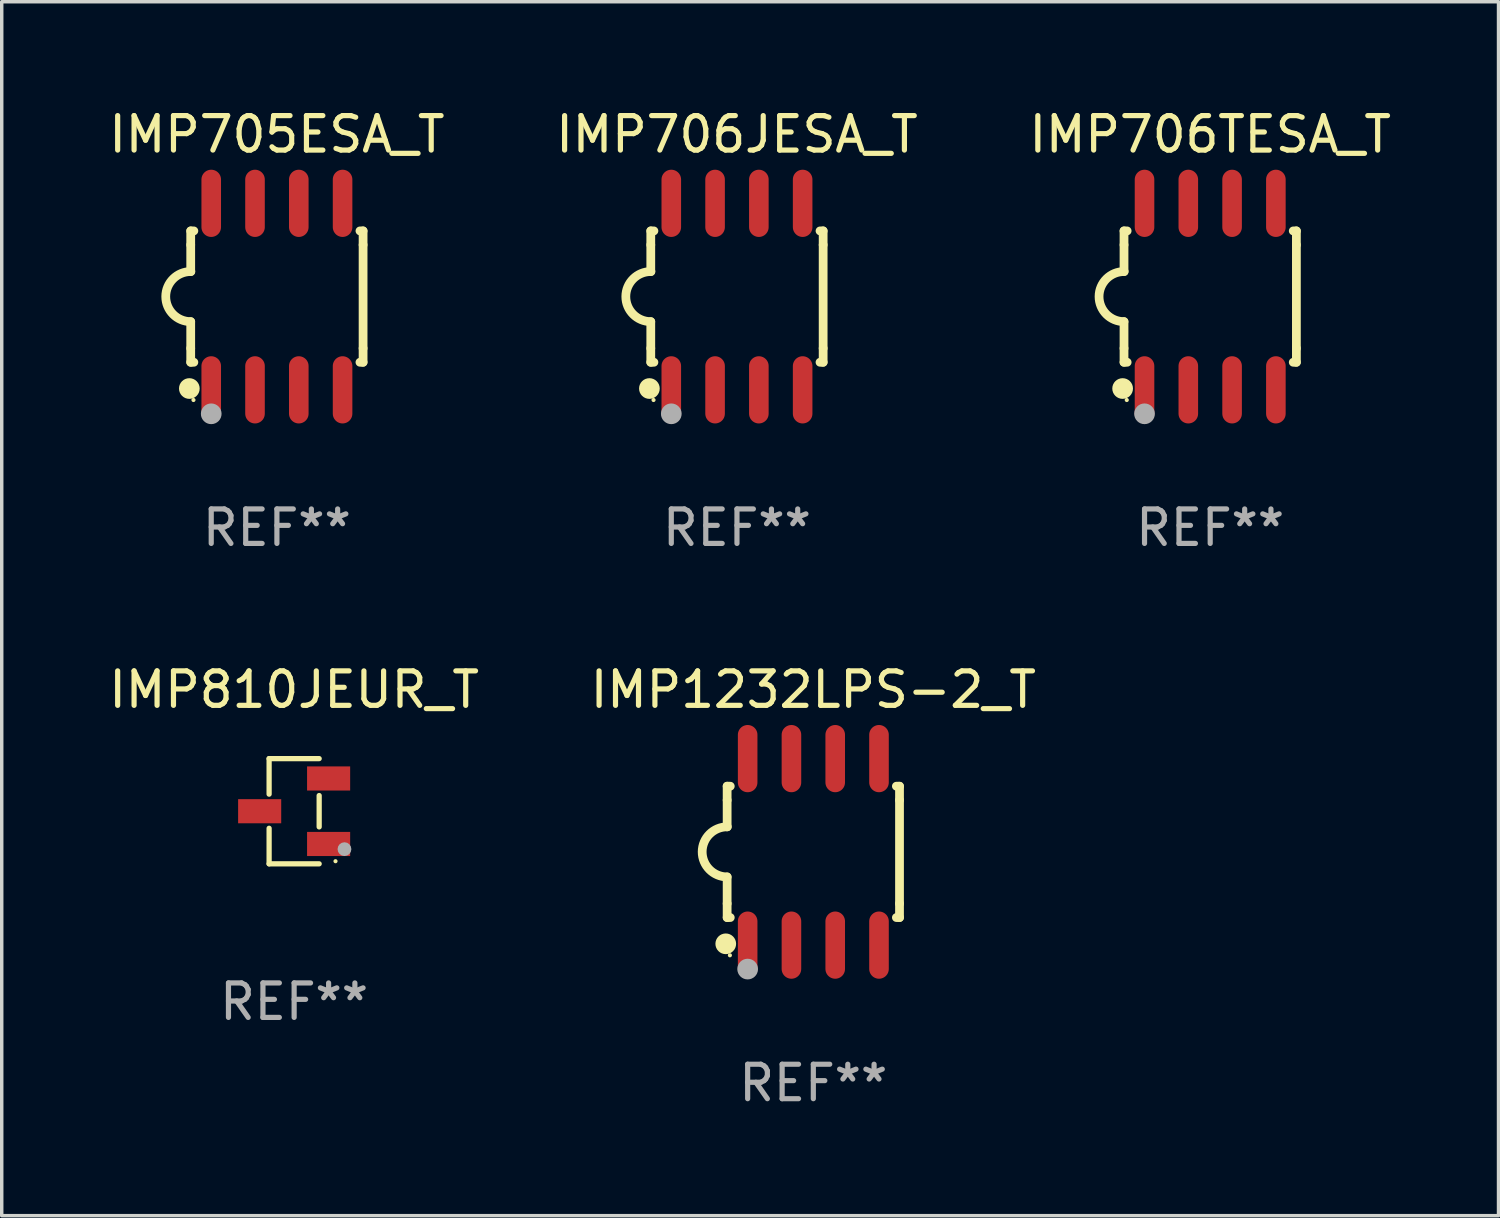
<source format=kicad_pcb>
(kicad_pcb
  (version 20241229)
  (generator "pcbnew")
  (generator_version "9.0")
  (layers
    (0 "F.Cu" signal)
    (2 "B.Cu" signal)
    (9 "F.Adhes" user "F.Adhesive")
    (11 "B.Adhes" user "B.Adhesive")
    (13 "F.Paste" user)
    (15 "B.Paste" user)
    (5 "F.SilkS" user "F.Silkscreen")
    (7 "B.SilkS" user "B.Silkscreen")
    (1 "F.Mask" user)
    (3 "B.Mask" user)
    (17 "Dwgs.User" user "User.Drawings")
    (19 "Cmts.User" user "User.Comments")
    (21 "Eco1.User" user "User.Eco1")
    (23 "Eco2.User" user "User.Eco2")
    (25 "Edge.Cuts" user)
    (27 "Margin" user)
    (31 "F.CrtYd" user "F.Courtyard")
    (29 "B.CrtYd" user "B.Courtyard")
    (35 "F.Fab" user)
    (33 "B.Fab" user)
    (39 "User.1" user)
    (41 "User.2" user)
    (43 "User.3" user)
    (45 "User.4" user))
  (footprint "IMP810JEUR_T"
    (layer "F.Cu")
    (at 5.482 20.481)
    (property "Reference" "IMP810JEUR_T" (at 0 -3.526 0) (layer "F.SilkS") (effects (font (size 1 1) (thickness 0.15))))
    (attr through_hole)
    (fp_line (start -0.726 -1.526) (end -0.726 -0.495) (stroke (width 0.152) (type solid)) (layer "F.SilkS"))
    (fp_line (start -0.726 1.526) (end -0.726 0.495) (stroke (width 0.152) (type solid)) (layer "F.SilkS"))
    (fp_line (start 0.726 -1.526) (end -0.726 -1.526) (stroke (width 0.152) (type solid)) (layer "F.SilkS"))
    (fp_line (start 0.726 -0.455) (end 0.726 0.455) (stroke (width 0.152) (type solid)) (layer "F.SilkS"))
    (fp_line (start 0.726 1.526) (end -0.726 1.526) (stroke (width 0.152) (type solid)) (layer "F.SilkS"))
    (fp_circle (center 1.2 1.45) (end 1.23 1.45) (stroke (width 0.06) (type solid)) (fill no) (layer "F.SilkS"))
    (fp_circle (center 1.46 1.1) (end 1.56 1.1) (stroke (width 0.2) (type solid)) (fill no) (layer "F.Fab"))
    (fp_text user "REF**" (at 0 5.526 0) (layer "F.Fab") (effects (font (size 1 1) (thickness 0.15))))
    (pad "1" smd rect (at 1 0.95) (size 1.25 0.7) (layers "F.Cu" "F.Mask" "F.Paste"))
    (pad "2" smd rect (at 1 -0.95) (size 1.25 0.7) (layers "F.Cu" "F.Mask" "F.Paste"))
    (pad "3" smd rect (at -1 0) (size 1.25 0.7) (layers "F.Cu" "F.Mask" "F.Paste")))
  (footprint "IMP705ESA_T"
    (layer "F.Cu")
    (at 4.982 5.553)
    (property "Reference" "IMP705ESA_T" (at 0 -4.705 0) (layer "F.SilkS") (effects (font (size 1 1) (thickness 0.15))))
    (attr through_hole)
    (fp_line (start -2.5 -1.905) (end -2.409 -1.905) (stroke (width 0.254) (type solid)) (layer "F.SilkS"))
    (fp_line (start -2.5 -1.5) (end -2.5 -1.905) (stroke (width 0.254) (type solid)) (layer "F.SilkS"))
    (fp_line (start -2.5 -1.5) (end -2.5 -0.726) (stroke (width 0.254) (type solid)) (layer "F.SilkS"))
    (fp_line (start -2.5 1.5) (end -2.5 0.727) (stroke (width 0.254) (type solid)) (layer "F.SilkS"))
    (fp_line (start -2.5 1.5) (end -2.5 1.905) (stroke (width 0.254) (type solid)) (layer "F.SilkS"))
    (fp_line (start -2.5 1.905) (end -2.409 1.905) (stroke (width 0.254) (type solid)) (layer "F.SilkS"))
    (fp_line (start 2.5 -1.905) (end 2.409 -1.905) (stroke (width 0.254) (type solid)) (layer "F.SilkS"))
    (fp_line (start 2.5 -1.5) (end 2.5 -1.905) (stroke (width 0.254) (type solid)) (layer "F.SilkS"))
    (fp_line (start 2.5 -1.5) (end 2.5 1.5) (stroke (width 0.254) (type solid)) (layer "F.SilkS"))
    (fp_line (start 2.5 1.5) (end 2.5 1.905) (stroke (width 0.254) (type solid)) (layer "F.SilkS"))
    (fp_line (start 2.5 1.905) (end 2.409 1.905) (stroke (width 0.254) (type solid)) (layer "F.SilkS"))
    (fp_arc (start -2.5 0.726568) (mid -3.220316 -0.0023) (end -2.495097 -0.726289) (stroke (width 0.254001) (type solid)) (layer "F.SilkS"))
    (fp_circle (center -2.54 2.667) (end -2.39 2.667) (stroke (width 0.3) (type solid)) (fill no) (layer "F.SilkS"))
    (fp_circle (center -2.42 3) (end -2.39 3) (stroke (width 0.06) (type solid)) (fill no) (layer "F.SilkS"))
    (fp_circle (center -1.905 3.4) (end -1.755 3.4) (stroke (width 0.3) (type solid)) (fill no) (layer "F.Fab"))
    (fp_text user "REF**" (at 0 6.705 0) (layer "F.Fab") (effects (font (size 1 1) (thickness 0.15))))
    (pad "1" smd oval (at -1.905 2.705) (size 0.568 1.95) (layers "F.Cu" "F.Mask" "F.Paste"))
    (pad "2" smd oval (at -0.635 2.705) (size 0.568 1.95) (layers "F.Cu" "F.Mask" "F.Paste"))
    (pad "3" smd oval (at 0.635 2.705) (size 0.568 1.95) (layers "F.Cu" "F.Mask" "F.Paste"))
    (pad "4" smd oval (at 1.905 2.705) (size 0.568 1.95) (layers "F.Cu" "F.Mask" "F.Paste"))
    (pad "5" smd oval (at 1.905 -2.705) (size 0.568 1.95) (layers "F.Cu" "F.Mask" "F.Paste"))
    (pad "6" smd oval (at 0.635 -2.705) (size 0.568 1.95) (layers "F.Cu" "F.Mask" "F.Paste"))
    (pad "7" smd oval (at -0.635 -2.705) (size 0.568 1.95) (layers "F.Cu" "F.Mask" "F.Paste"))
    (pad "8" smd oval (at -1.905 -2.705) (size 0.568 1.95) (layers "F.Cu" "F.Mask" "F.Paste")))
  (footprint "IMP706TESA_T"
    (layer "F.Cu")
    (at 32.054 5.553)
    (property "Reference" "IMP706TESA_T" (at 0 -4.705 0) (layer "F.SilkS") (effects (font (size 1 1) (thickness 0.15))))
    (attr through_hole)
    (fp_line (start -2.5 -1.905) (end -2.409 -1.905) (stroke (width 0.254) (type solid)) (layer "F.SilkS"))
    (fp_line (start -2.5 -1.5) (end -2.5 -1.905) (stroke (width 0.254) (type solid)) (layer "F.SilkS"))
    (fp_line (start -2.5 -1.5) (end -2.5 -0.726) (stroke (width 0.254) (type solid)) (layer "F.SilkS"))
    (fp_line (start -2.5 1.5) (end -2.5 0.727) (stroke (width 0.254) (type solid)) (layer "F.SilkS"))
    (fp_line (start -2.5 1.5) (end -2.5 1.905) (stroke (width 0.254) (type solid)) (layer "F.SilkS"))
    (fp_line (start -2.5 1.905) (end -2.409 1.905) (stroke (width 0.254) (type solid)) (layer "F.SilkS"))
    (fp_line (start 2.5 -1.905) (end 2.409 -1.905) (stroke (width 0.254) (type solid)) (layer "F.SilkS"))
    (fp_line (start 2.5 -1.5) (end 2.5 -1.905) (stroke (width 0.254) (type solid)) (layer "F.SilkS"))
    (fp_line (start 2.5 -1.5) (end 2.5 1.5) (stroke (width 0.254) (type solid)) (layer "F.SilkS"))
    (fp_line (start 2.5 1.5) (end 2.5 1.905) (stroke (width 0.254) (type solid)) (layer "F.SilkS"))
    (fp_line (start 2.5 1.905) (end 2.409 1.905) (stroke (width 0.254) (type solid)) (layer "F.SilkS"))
    (fp_arc (start -2.5 0.726568) (mid -3.220316 -0.0023) (end -2.495097 -0.726289) (stroke (width 0.254001) (type solid)) (layer "F.SilkS"))
    (fp_circle (center -2.54 2.667) (end -2.39 2.667) (stroke (width 0.3) (type solid)) (fill no) (layer "F.SilkS"))
    (fp_circle (center -2.42 3) (end -2.39 3) (stroke (width 0.06) (type solid)) (fill no) (layer "F.SilkS"))
    (fp_circle (center -1.905 3.4) (end -1.755 3.4) (stroke (width 0.3) (type solid)) (fill no) (layer "F.Fab"))
    (fp_text user "REF**" (at 0 6.705 0) (layer "F.Fab") (effects (font (size 1 1) (thickness 0.15))))
    (pad "1" smd oval (at -1.905 2.705) (size 0.568 1.95) (layers "F.Cu" "F.Mask" "F.Paste"))
    (pad "2" smd oval (at -0.635 2.705) (size 0.568 1.95) (layers "F.Cu" "F.Mask" "F.Paste"))
    (pad "3" smd oval (at 0.635 2.705) (size 0.568 1.95) (layers "F.Cu" "F.Mask" "F.Paste"))
    (pad "4" smd oval (at 1.905 2.705) (size 0.568 1.95) (layers "F.Cu" "F.Mask" "F.Paste"))
    (pad "5" smd oval (at 1.905 -2.705) (size 0.568 1.95) (layers "F.Cu" "F.Mask" "F.Paste"))
    (pad "6" smd oval (at 0.635 -2.705) (size 0.568 1.95) (layers "F.Cu" "F.Mask" "F.Paste"))
    (pad "7" smd oval (at -0.635 -2.705) (size 0.568 1.95) (layers "F.Cu" "F.Mask" "F.Paste"))
    (pad "8" smd oval (at -1.905 -2.705) (size 0.568 1.95) (layers "F.Cu" "F.Mask" "F.Paste")))
  (footprint "IMP706JESA_T"
    (layer "F.Cu")
    (at 18.327 5.553)
    (property "Reference" "IMP706JESA_T" (at 0 -4.705 0) (layer "F.SilkS") (effects (font (size 1 1) (thickness 0.15))))
    (attr through_hole)
    (fp_line (start -2.5 -1.905) (end -2.409 -1.905) (stroke (width 0.254) (type solid)) (layer "F.SilkS"))
    (fp_line (start -2.5 -1.5) (end -2.5 -1.905) (stroke (width 0.254) (type solid)) (layer "F.SilkS"))
    (fp_line (start -2.5 -1.5) (end -2.5 -0.726) (stroke (width 0.254) (type solid)) (layer "F.SilkS"))
    (fp_line (start -2.5 1.5) (end -2.5 0.727) (stroke (width 0.254) (type solid)) (layer "F.SilkS"))
    (fp_line (start -2.5 1.5) (end -2.5 1.905) (stroke (width 0.254) (type solid)) (layer "F.SilkS"))
    (fp_line (start -2.5 1.905) (end -2.409 1.905) (stroke (width 0.254) (type solid)) (layer "F.SilkS"))
    (fp_line (start 2.5 -1.905) (end 2.409 -1.905) (stroke (width 0.254) (type solid)) (layer "F.SilkS"))
    (fp_line (start 2.5 -1.5) (end 2.5 -1.905) (stroke (width 0.254) (type solid)) (layer "F.SilkS"))
    (fp_line (start 2.5 -1.5) (end 2.5 1.5) (stroke (width 0.254) (type solid)) (layer "F.SilkS"))
    (fp_line (start 2.5 1.5) (end 2.5 1.905) (stroke (width 0.254) (type solid)) (layer "F.SilkS"))
    (fp_line (start 2.5 1.905) (end 2.409 1.905) (stroke (width 0.254) (type solid)) (layer "F.SilkS"))
    (fp_arc (start -2.5 0.726568) (mid -3.220316 -0.0023) (end -2.495097 -0.726289) (stroke (width 0.254001) (type solid)) (layer "F.SilkS"))
    (fp_circle (center -2.54 2.667) (end -2.39 2.667) (stroke (width 0.3) (type solid)) (fill no) (layer "F.SilkS"))
    (fp_circle (center -2.42 3) (end -2.39 3) (stroke (width 0.06) (type solid)) (fill no) (layer "F.SilkS"))
    (fp_circle (center -1.905 3.4) (end -1.755 3.4) (stroke (width 0.3) (type solid)) (fill no) (layer "F.Fab"))
    (fp_text user "REF**" (at 0 6.705 0) (layer "F.Fab") (effects (font (size 1 1) (thickness 0.15))))
    (pad "1" smd oval (at -1.905 2.705) (size 0.568 1.95) (layers "F.Cu" "F.Mask" "F.Paste"))
    (pad "2" smd oval (at -0.635 2.705) (size 0.568 1.95) (layers "F.Cu" "F.Mask" "F.Paste"))
    (pad "3" smd oval (at 0.635 2.705) (size 0.568 1.95) (layers "F.Cu" "F.Mask" "F.Paste"))
    (pad "4" smd oval (at 1.905 2.705) (size 0.568 1.95) (layers "F.Cu" "F.Mask" "F.Paste"))
    (pad "5" smd oval (at 1.905 -2.705) (size 0.568 1.95) (layers "F.Cu" "F.Mask" "F.Paste"))
    (pad "6" smd oval (at 0.635 -2.705) (size 0.568 1.95) (layers "F.Cu" "F.Mask" "F.Paste"))
    (pad "7" smd oval (at -0.635 -2.705) (size 0.568 1.95) (layers "F.Cu" "F.Mask" "F.Paste"))
    (pad "8" smd oval (at -1.905 -2.705) (size 0.568 1.95) (layers "F.Cu" "F.Mask" "F.Paste")))
  (footprint "IMP1232LPS-2_T"
    (layer "F.Cu")
    (at 20.542 21.66)
    (property "Reference" "IMP1232LPS-2_T" (at 0 -4.705 0) (layer "F.SilkS") (effects (font (size 1 1) (thickness 0.15))))
    (attr through_hole)
    (fp_line (start -2.5 -1.905) (end -2.409 -1.905) (stroke (width 0.254) (type solid)) (layer "F.SilkS"))
    (fp_line (start -2.5 -1.5) (end -2.5 -1.905) (stroke (width 0.254) (type solid)) (layer "F.SilkS"))
    (fp_line (start -2.5 -1.5) (end -2.5 -0.726) (stroke (width 0.254) (type solid)) (layer "F.SilkS"))
    (fp_line (start -2.5 1.5) (end -2.5 0.727) (stroke (width 0.254) (type solid)) (layer "F.SilkS"))
    (fp_line (start -2.5 1.5) (end -2.5 1.905) (stroke (width 0.254) (type solid)) (layer "F.SilkS"))
    (fp_line (start -2.5 1.905) (end -2.409 1.905) (stroke (width 0.254) (type solid)) (layer "F.SilkS"))
    (fp_line (start 2.5 -1.905) (end 2.409 -1.905) (stroke (width 0.254) (type solid)) (layer "F.SilkS"))
    (fp_line (start 2.5 -1.5) (end 2.5 -1.905) (stroke (width 0.254) (type solid)) (layer "F.SilkS"))
    (fp_line (start 2.5 -1.5) (end 2.5 1.5) (stroke (width 0.254) (type solid)) (layer "F.SilkS"))
    (fp_line (start 2.5 1.5) (end 2.5 1.905) (stroke (width 0.254) (type solid)) (layer "F.SilkS"))
    (fp_line (start 2.5 1.905) (end 2.409 1.905) (stroke (width 0.254) (type solid)) (layer "F.SilkS"))
    (fp_arc (start -2.5 0.726568) (mid -3.220316 -0.0023) (end -2.495097 -0.726289) (stroke (width 0.254001) (type solid)) (layer "F.SilkS"))
    (fp_circle (center -2.54 2.667) (end -2.39 2.667) (stroke (width 0.3) (type solid)) (fill no) (layer "F.SilkS"))
    (fp_circle (center -2.42 3) (end -2.39 3) (stroke (width 0.06) (type solid)) (fill no) (layer "F.SilkS"))
    (fp_circle (center -1.905 3.4) (end -1.755 3.4) (stroke (width 0.3) (type solid)) (fill no) (layer "F.Fab"))
    (fp_text user "REF**" (at 0 6.705 0) (layer "F.Fab") (effects (font (size 1 1) (thickness 0.15))))
    (pad "1" smd oval (at -1.905 2.705) (size 0.568 1.95) (layers "F.Cu" "F.Mask" "F.Paste"))
    (pad "2" smd oval (at -0.635 2.705) (size 0.568 1.95) (layers "F.Cu" "F.Mask" "F.Paste"))
    (pad "3" smd oval (at 0.635 2.705) (size 0.568 1.95) (layers "F.Cu" "F.Mask" "F.Paste"))
    (pad "4" smd oval (at 1.905 2.705) (size 0.568 1.95) (layers "F.Cu" "F.Mask" "F.Paste"))
    (pad "5" smd oval (at 1.905 -2.705) (size 0.568 1.95) (layers "F.Cu" "F.Mask" "F.Paste"))
    (pad "6" smd oval (at 0.635 -2.705) (size 0.568 1.95) (layers "F.Cu" "F.Mask" "F.Paste"))
    (pad "7" smd oval (at -0.635 -2.705) (size 0.568 1.95) (layers "F.Cu" "F.Mask" "F.Paste"))
    (pad "8" smd oval (at -1.905 -2.705) (size 0.568 1.95) (layers "F.Cu" "F.Mask" "F.Paste")))
  (gr_rect
    (start -3 -3)
    (end 40.417 32.213)
    (stroke (width 0.1) (type default))
    (fill no)
    (layer "Edge.Cuts")))
</source>
